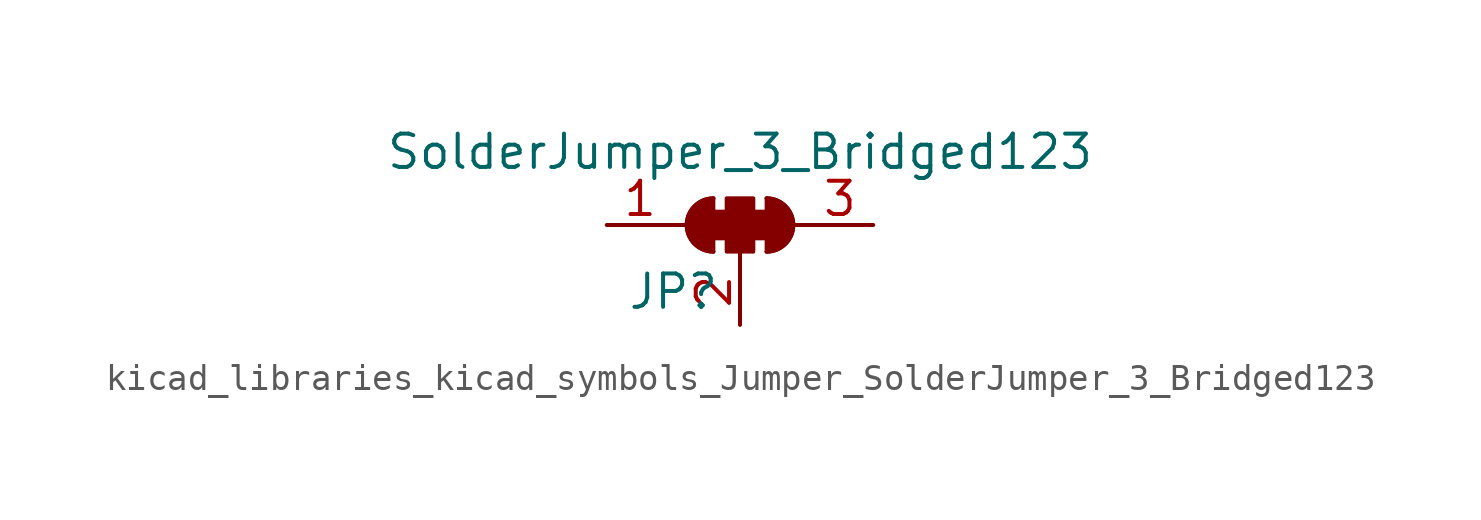
<source format=kicad_sym>
(kicad_symbol_lib
  (version 20220914)
  (generator kicad_symbol_editor)
  (symbol "kicad_libraries_kicad_symbols_Jumper_SolderJumper_3_Bridged123"
    (pin_names
      (offset 0) hide)
    (property "Reference" "JP"
      (at -2.54 -2.54 0)
      (effects (font (size 1.27 1.27))))
    (property "Value" "SolderJumper_3_Bridged123"
      (at 0 2.794 0)
      (effects (font (size 1.27 1.27))))
    (symbol "kicad_libraries_kicad_symbols_Jumper_SolderJumper_3_Bridged123_0_1"
      (rectangle (start -1.016 0.508) (end -0.508 -0.508) (stroke (width 0) (type default)) (fill (type outline)))
      (arc (start -1.016 1.016) (mid -2.0276 0) (end -1.016 -1.016) (stroke (width 0) (type default)) (fill (type none)))
      (arc (start -1.016 1.016) (mid -2.0276 0) (end -1.016 -1.016) (stroke (width 0) (type default)) (fill (type outline)))
      (rectangle (start -0.508 1.016) (end 0.508 -1.016) (stroke (width 0) (type default)) (fill (type outline)))
      (polyline (pts (xy -2.54 0) (xy -2.032 0)) (stroke (width 0) (type default)) (fill (type none)))
      (polyline (pts (xy -1.016 1.016) (xy -1.016 -1.016)) (stroke (width 0) (type default)) (fill (type none)))
      (polyline (pts (xy 0 -1.27) (xy 0 -1.016)) (stroke (width 0) (type default)) (fill (type none)))
      (polyline (pts (xy 1.016 1.016) (xy 1.016 -1.016)) (stroke (width 0) (type default)) (fill (type none)))
      (polyline (pts (xy 2.54 0) (xy 2.032 0)) (stroke (width 0) (type default)) (fill (type none)))
      (rectangle (start 0.508 0.508) (end 1.016 -0.508) (stroke (width 0) (type default)) (fill (type outline)))
      (arc (start 1.016 -1.016) (mid 2.0276 0) (end 1.016 1.016) (stroke (width 0) (type default)) (fill (type none)))
      (arc (start 1.016 -1.016) (mid 2.0276 0) (end 1.016 1.016) (stroke (width 0) (type default)) (fill (type outline))))
    (symbol "kicad_libraries_kicad_symbols_Jumper_SolderJumper_3_Bridged123_1_1"
      (pin passive line (at -5.08 0 0) (length 2.54) (name "A" (effects (font (size 1.27 1.27)))) (number "1" (effects (font (size 1.27 1.27)))))
      (pin passive line (at 0 -3.81 90) (length 2.54) (name "C" (effects (font (size 1.27 1.27)))) (number "2" (effects (font (size 1.27 1.27)))))
      (pin passive line (at 5.08 0 180) (length 2.54) (name "B" (effects (font (size 1.27 1.27)))) (number "3" (effects (font (size 1.27 1.27))))))))
</source>
